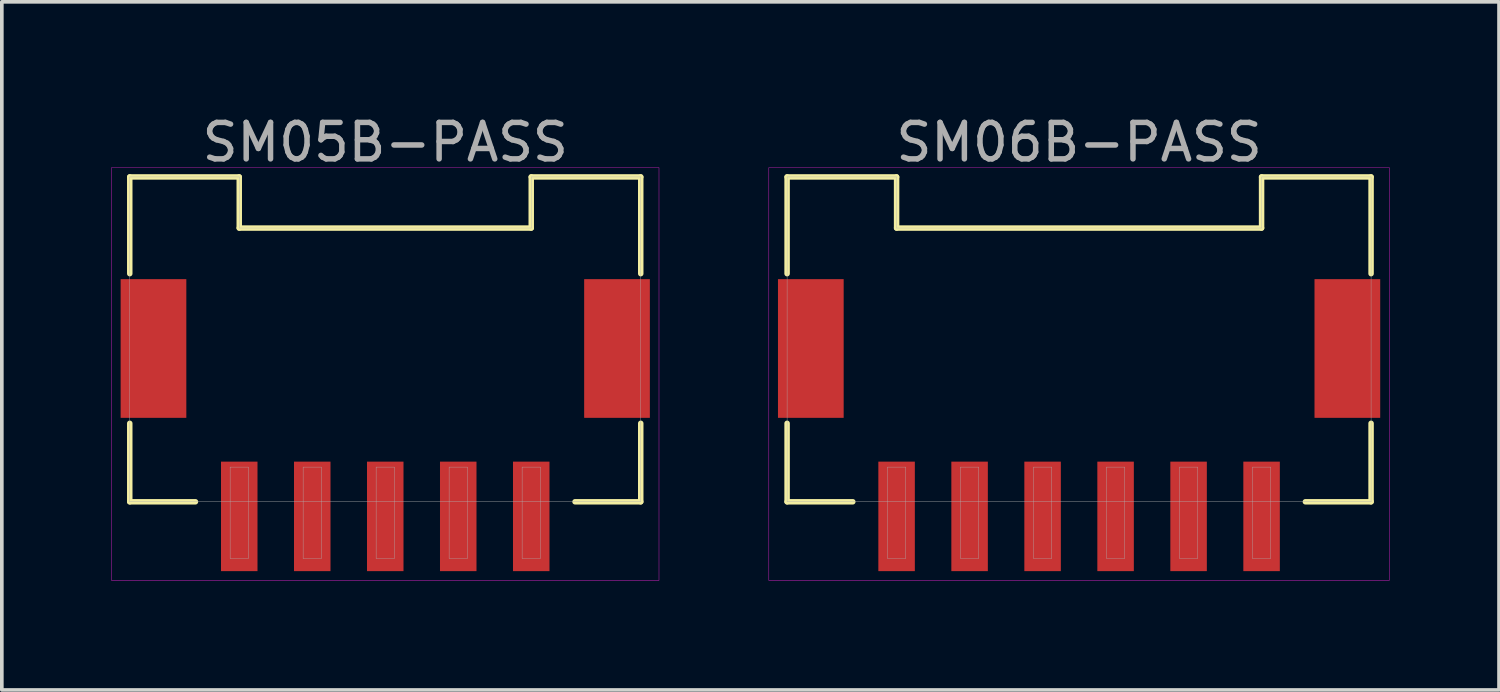
<source format=kicad_pcb>
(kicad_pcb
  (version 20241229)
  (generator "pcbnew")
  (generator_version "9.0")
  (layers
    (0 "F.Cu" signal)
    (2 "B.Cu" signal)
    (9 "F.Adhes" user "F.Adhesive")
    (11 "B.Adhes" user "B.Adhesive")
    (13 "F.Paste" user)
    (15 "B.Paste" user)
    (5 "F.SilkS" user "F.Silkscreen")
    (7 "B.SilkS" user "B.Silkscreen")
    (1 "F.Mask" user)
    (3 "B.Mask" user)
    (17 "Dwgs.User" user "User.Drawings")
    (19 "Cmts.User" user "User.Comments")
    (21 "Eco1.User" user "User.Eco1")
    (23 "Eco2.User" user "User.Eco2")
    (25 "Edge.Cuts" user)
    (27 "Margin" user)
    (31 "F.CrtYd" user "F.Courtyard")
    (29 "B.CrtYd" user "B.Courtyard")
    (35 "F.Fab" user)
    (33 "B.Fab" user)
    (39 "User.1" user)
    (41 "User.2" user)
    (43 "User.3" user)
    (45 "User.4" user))
  (footprint "SM06B-PASS"
    (layer "F.Cu")
    (at 26.515 9.748)
    (property "Reference" "SM06B-PASS" (at 0 -8.9 0) (layer "F.Fab") (effects (font (size 1 1) (thickness 0.15))))
    (attr through_hole)
    (fp_line (start -8 -7.95) (end -8 -5.3) (stroke (width 0.15) (type solid)) (layer "F.SilkS"))
    (fp_line (start -8 -7.95) (end -5 -7.95) (stroke (width 0.15) (type solid)) (layer "F.SilkS"))
    (fp_line (start -8 0.95) (end -8 -1.2) (stroke (width 0.15) (type solid)) (layer "F.SilkS"))
    (fp_line (start -8 0.95) (end -6.2 0.95) (stroke (width 0.15) (type solid)) (layer "F.SilkS"))
    (fp_line (start -5 -7.95) (end -5 -6.55) (stroke (width 0.15) (type solid)) (layer "F.SilkS"))
    (fp_line (start -5 -6.55) (end 5 -6.55) (stroke (width 0.15) (type solid)) (layer "F.SilkS"))
    (fp_line (start 5 -7.95) (end 8 -7.95) (stroke (width 0.15) (type solid)) (layer "F.SilkS"))
    (fp_line (start 5 -6.55) (end 5 -7.95) (stroke (width 0.15) (type solid)) (layer "F.SilkS"))
    (fp_line (start 8 -7.95) (end 8 -5.3) (stroke (width 0.15) (type solid)) (layer "F.SilkS"))
    (fp_line (start 8 0.95) (end 6.2 0.95) (stroke (width 0.15) (type solid)) (layer "F.SilkS"))
    (fp_line (start 8 0.95) (end 8 -1.2) (stroke (width 0.15) (type solid)) (layer "F.SilkS"))
    (fp_line (start -8.5 -8.2) (end 8.5 -8.2) (stroke (width 0.01) (type solid)) (layer "F.CrtYd"))
    (fp_line (start -8.5 3.1) (end -8.5 -8.2) (stroke (width 0.01) (type solid)) (layer "F.CrtYd"))
    (fp_line (start 8.5 -8.2) (end 8.5 3.1) (stroke (width 0.01) (type solid)) (layer "F.CrtYd"))
    (fp_line (start 8.5 3.1) (end -8.5 3.1) (stroke (width 0.01) (type solid)) (layer "F.CrtYd"))
    (fp_line (start -8 -7.95) (end -5 -7.95) (stroke (width 0.01) (type solid)) (layer "F.Fab"))
    (fp_line (start -8 0.95) (end -8 -7.95) (stroke (width 0.01) (type solid)) (layer "F.Fab"))
    (fp_line (start -5.25 0) (end -4.75 0) (stroke (width 0.01) (type solid)) (layer "F.Fab"))
    (fp_line (start -5.25 2.5) (end -5.25 0) (stroke (width 0.01) (type solid)) (layer "F.Fab"))
    (fp_line (start -5 -7.95) (end -5 -6.55) (stroke (width 0.01) (type solid)) (layer "F.Fab"))
    (fp_line (start -5 -6.55) (end 5 -6.55) (stroke (width 0.01) (type solid)) (layer "F.Fab"))
    (fp_line (start -4.75 0) (end -4.75 2.5) (stroke (width 0.01) (type solid)) (layer "F.Fab"))
    (fp_line (start -4.75 2.5) (end -5.25 2.5) (stroke (width 0.01) (type solid)) (layer "F.Fab"))
    (fp_line (start -3.25 0) (end -2.75 0) (stroke (width 0.01) (type solid)) (layer "F.Fab"))
    (fp_line (start -3.25 2.5) (end -3.25 0) (stroke (width 0.01) (type solid)) (layer "F.Fab"))
    (fp_line (start -2.75 0) (end -2.75 2.5) (stroke (width 0.01) (type solid)) (layer "F.Fab"))
    (fp_line (start -2.75 2.5) (end -3.25 2.5) (stroke (width 0.01) (type solid)) (layer "F.Fab"))
    (fp_line (start -1.25 0) (end -0.75 0) (stroke (width 0.01) (type solid)) (layer "F.Fab"))
    (fp_line (start -1.25 2.5) (end -1.25 0) (stroke (width 0.01) (type solid)) (layer "F.Fab"))
    (fp_line (start -0.75 0) (end -0.75 2.5) (stroke (width 0.01) (type solid)) (layer "F.Fab"))
    (fp_line (start -0.75 2.5) (end -1.25 2.5) (stroke (width 0.01) (type solid)) (layer "F.Fab"))
    (fp_line (start 0.75 0) (end 1.25 0) (stroke (width 0.01) (type solid)) (layer "F.Fab"))
    (fp_line (start 0.75 2.5) (end 0.75 0) (stroke (width 0.01) (type solid)) (layer "F.Fab"))
    (fp_line (start 1.25 0) (end 1.25 2.5) (stroke (width 0.01) (type solid)) (layer "F.Fab"))
    (fp_line (start 1.25 2.5) (end 0.75 2.5) (stroke (width 0.01) (type solid)) (layer "F.Fab"))
    (fp_line (start 2.75 0) (end 3.25 0) (stroke (width 0.01) (type solid)) (layer "F.Fab"))
    (fp_line (start 2.75 2.5) (end 2.75 0) (stroke (width 0.01) (type solid)) (layer "F.Fab"))
    (fp_line (start 3.25 0) (end 3.25 2.5) (stroke (width 0.01) (type solid)) (layer "F.Fab"))
    (fp_line (start 3.25 2.5) (end 2.75 2.5) (stroke (width 0.01) (type solid)) (layer "F.Fab"))
    (fp_line (start 4.75 0) (end 5.25 0) (stroke (width 0.01) (type solid)) (layer "F.Fab"))
    (fp_line (start 4.75 2.5) (end 4.75 0) (stroke (width 0.01) (type solid)) (layer "F.Fab"))
    (fp_line (start 5 -7.95) (end 8 -7.95) (stroke (width 0.01) (type solid)) (layer "F.Fab"))
    (fp_line (start 5 -6.55) (end 5 -7.95) (stroke (width 0.01) (type solid)) (layer "F.Fab"))
    (fp_line (start 5.25 0) (end 5.25 2.5) (stroke (width 0.01) (type solid)) (layer "F.Fab"))
    (fp_line (start 5.25 2.5) (end 4.75 2.5) (stroke (width 0.01) (type solid)) (layer "F.Fab"))
    (fp_line (start 8 -7.95) (end 8 0.95) (stroke (width 0.01) (type solid)) (layer "F.Fab"))
    (fp_line (start 8 0.95) (end -8 0.95) (stroke (width 0.01) (type solid)) (layer "F.Fab"))
    (pad "" smd rect (at -7.35 -3.25) (size 1.8 3.8) (layers "F.Cu" "F.Mask" "F.Paste"))
    (pad "" smd rect (at 7.35 -3.25) (size 1.8 3.8) (layers "F.Cu" "F.Mask" "F.Paste"))
    (pad "1" smd rect (at 5 1.35) (size 1 3) (layers "F.Cu" "F.Mask" "F.Paste"))
    (pad "2" smd rect (at 3 1.35) (size 1 3) (layers "F.Cu" "F.Mask" "F.Paste"))
    (pad "3" smd rect (at 1 1.35) (size 1 3) (layers "F.Cu" "F.Mask" "F.Paste"))
    (pad "4" smd rect (at -1 1.35) (size 1 3) (layers "F.Cu" "F.Mask" "F.Paste"))
    (pad "5" smd rect (at -3 1.35) (size 1 3) (layers "F.Cu" "F.Mask" "F.Paste"))
    (pad "6" smd rect (at -5 1.35) (size 1 3) (layers "F.Cu" "F.Mask" "F.Paste")))
  (footprint "SM05B-PASS"
    (layer "F.Cu")
    (at 7.505 9.748)
    (property "Reference" "SM05B-PASS" (at 0 -8.9 0) (layer "F.Fab") (effects (font (size 1 1) (thickness 0.15))))
    (attr through_hole)
    (fp_line (start -7 -7.95) (end -7 -5.3) (stroke (width 0.15) (type solid)) (layer "F.SilkS"))
    (fp_line (start -7 -7.95) (end -4 -7.95) (stroke (width 0.15) (type solid)) (layer "F.SilkS"))
    (fp_line (start -7 0.95) (end -7 -1.2) (stroke (width 0.15) (type solid)) (layer "F.SilkS"))
    (fp_line (start -7 0.95) (end -5.2 0.95) (stroke (width 0.15) (type solid)) (layer "F.SilkS"))
    (fp_line (start -4 -7.95) (end -4 -6.55) (stroke (width 0.15) (type solid)) (layer "F.SilkS"))
    (fp_line (start -4 -6.55) (end 4 -6.55) (stroke (width 0.15) (type solid)) (layer "F.SilkS"))
    (fp_line (start 4 -7.95) (end 7 -7.95) (stroke (width 0.15) (type solid)) (layer "F.SilkS"))
    (fp_line (start 4 -6.55) (end 4 -7.95) (stroke (width 0.15) (type solid)) (layer "F.SilkS"))
    (fp_line (start 7 -7.95) (end 7 -5.3) (stroke (width 0.15) (type solid)) (layer "F.SilkS"))
    (fp_line (start 7 0.95) (end 5.2 0.95) (stroke (width 0.15) (type solid)) (layer "F.SilkS"))
    (fp_line (start 7 0.95) (end 7 -1.2) (stroke (width 0.15) (type solid)) (layer "F.SilkS"))
    (fp_line (start -7.5 -8.2) (end 7.5 -8.2) (stroke (width 0.01) (type solid)) (layer "F.CrtYd"))
    (fp_line (start -7.5 3.1) (end -7.5 -8.2) (stroke (width 0.01) (type solid)) (layer "F.CrtYd"))
    (fp_line (start 7.5 -8.2) (end 7.5 3.1) (stroke (width 0.01) (type solid)) (layer "F.CrtYd"))
    (fp_line (start 7.5 3.1) (end -7.5 3.1) (stroke (width 0.01) (type solid)) (layer "F.CrtYd"))
    (fp_line (start -7 -7.95) (end -4 -7.95) (stroke (width 0.01) (type solid)) (layer "F.Fab"))
    (fp_line (start -7 0.95) (end -7 -7.95) (stroke (width 0.01) (type solid)) (layer "F.Fab"))
    (fp_line (start -4.25 0) (end -3.75 0) (stroke (width 0.01) (type solid)) (layer "F.Fab"))
    (fp_line (start -4.25 2.5) (end -4.25 0) (stroke (width 0.01) (type solid)) (layer "F.Fab"))
    (fp_line (start -4 -7.95) (end -4 -6.55) (stroke (width 0.01) (type solid)) (layer "F.Fab"))
    (fp_line (start -4 -6.55) (end 4 -6.55) (stroke (width 0.01) (type solid)) (layer "F.Fab"))
    (fp_line (start -3.75 0) (end -3.75 2.5) (stroke (width 0.01) (type solid)) (layer "F.Fab"))
    (fp_line (start -3.75 2.5) (end -4.25 2.5) (stroke (width 0.01) (type solid)) (layer "F.Fab"))
    (fp_line (start -2.25 0) (end -1.75 0) (stroke (width 0.01) (type solid)) (layer "F.Fab"))
    (fp_line (start -2.25 2.5) (end -2.25 0) (stroke (width 0.01) (type solid)) (layer "F.Fab"))
    (fp_line (start -1.75 0) (end -1.75 2.5) (stroke (width 0.01) (type solid)) (layer "F.Fab"))
    (fp_line (start -1.75 2.5) (end -2.25 2.5) (stroke (width 0.01) (type solid)) (layer "F.Fab"))
    (fp_line (start -0.25 0) (end 0.25 0) (stroke (width 0.01) (type solid)) (layer "F.Fab"))
    (fp_line (start -0.25 2.5) (end -0.25 0) (stroke (width 0.01) (type solid)) (layer "F.Fab"))
    (fp_line (start 0.25 0) (end 0.25 2.5) (stroke (width 0.01) (type solid)) (layer "F.Fab"))
    (fp_line (start 0.25 2.5) (end -0.25 2.5) (stroke (width 0.01) (type solid)) (layer "F.Fab"))
    (fp_line (start 1.75 0) (end 2.25 0) (stroke (width 0.01) (type solid)) (layer "F.Fab"))
    (fp_line (start 1.75 2.5) (end 1.75 0) (stroke (width 0.01) (type solid)) (layer "F.Fab"))
    (fp_line (start 2.25 0) (end 2.25 2.5) (stroke (width 0.01) (type solid)) (layer "F.Fab"))
    (fp_line (start 2.25 2.5) (end 1.75 2.5) (stroke (width 0.01) (type solid)) (layer "F.Fab"))
    (fp_line (start 3.75 0) (end 4.25 0) (stroke (width 0.01) (type solid)) (layer "F.Fab"))
    (fp_line (start 3.75 2.5) (end 3.75 0) (stroke (width 0.01) (type solid)) (layer "F.Fab"))
    (fp_line (start 4 -7.95) (end 7 -7.95) (stroke (width 0.01) (type solid)) (layer "F.Fab"))
    (fp_line (start 4 -6.55) (end 4 -7.95) (stroke (width 0.01) (type solid)) (layer "F.Fab"))
    (fp_line (start 4.25 0) (end 4.25 2.5) (stroke (width 0.01) (type solid)) (layer "F.Fab"))
    (fp_line (start 4.25 2.5) (end 3.75 2.5) (stroke (width 0.01) (type solid)) (layer "F.Fab"))
    (fp_line (start 7 -7.95) (end 7 0.95) (stroke (width 0.01) (type solid)) (layer "F.Fab"))
    (fp_line (start 7 0.95) (end -7 0.95) (stroke (width 0.01) (type solid)) (layer "F.Fab"))
    (pad "" smd rect (at -6.35 -3.25) (size 1.8 3.8) (layers "F.Cu" "F.Mask" "F.Paste"))
    (pad "" smd rect (at 6.35 -3.25) (size 1.8 3.8) (layers "F.Cu" "F.Mask" "F.Paste"))
    (pad "1" smd rect (at 4 1.35) (size 1 3) (layers "F.Cu" "F.Mask" "F.Paste"))
    (pad "2" smd rect (at 2 1.35) (size 1 3) (layers "F.Cu" "F.Mask" "F.Paste"))
    (pad "3" smd rect (at 0 1.35) (size 1 3) (layers "F.Cu" "F.Mask" "F.Paste"))
    (pad "4" smd rect (at -2 1.35) (size 1 3) (layers "F.Cu" "F.Mask" "F.Paste"))
    (pad "5" smd rect (at -4 1.35) (size 1 3) (layers "F.Cu" "F.Mask" "F.Paste")))
  (gr_rect
    (start -3 -3)
    (end 38.02 15.853)
    (stroke (width 0.1) (type default))
    (fill no)
    (layer "Edge.Cuts")))
</source>
